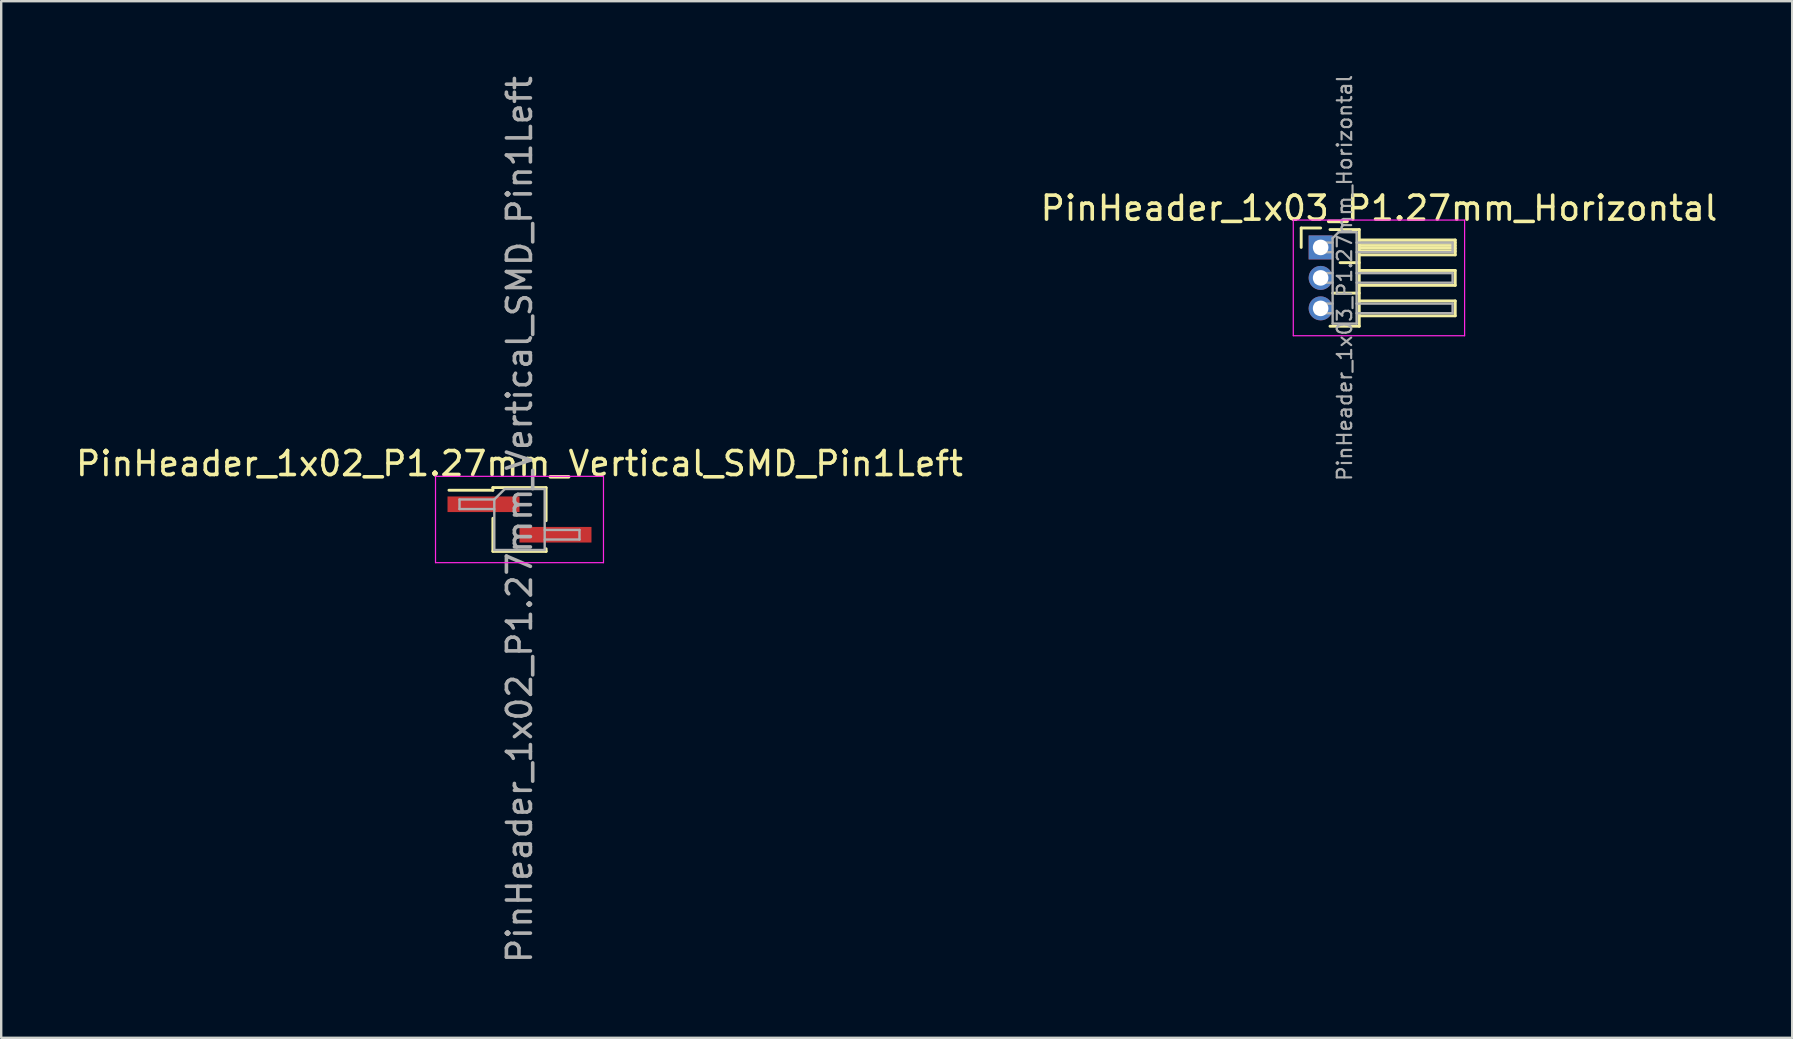
<source format=kicad_pcb>
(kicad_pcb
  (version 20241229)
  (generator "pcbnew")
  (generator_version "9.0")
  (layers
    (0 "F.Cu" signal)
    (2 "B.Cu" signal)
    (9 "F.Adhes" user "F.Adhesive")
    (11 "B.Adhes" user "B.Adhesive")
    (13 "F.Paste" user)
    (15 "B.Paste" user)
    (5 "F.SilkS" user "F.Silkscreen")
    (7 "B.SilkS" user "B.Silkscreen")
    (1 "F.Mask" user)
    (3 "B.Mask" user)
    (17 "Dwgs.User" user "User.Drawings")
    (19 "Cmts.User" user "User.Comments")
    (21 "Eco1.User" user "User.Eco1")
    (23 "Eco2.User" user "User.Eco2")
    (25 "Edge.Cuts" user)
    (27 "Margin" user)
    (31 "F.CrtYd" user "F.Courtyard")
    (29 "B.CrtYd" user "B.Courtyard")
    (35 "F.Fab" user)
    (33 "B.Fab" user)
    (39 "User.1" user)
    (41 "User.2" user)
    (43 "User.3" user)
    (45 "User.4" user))
  (footprint "PinHeader_1x03_P1.27mm_Horizontal"
    (layer "F.Cu")
    (at 51.99 7.262)
    (property "Reference" "PinHeader_1x03_P1.27mm_Horizontal" (at 2.433 -1.635 0) (layer "F.SilkS") (effects (font (size 1 1) (thickness 0.15))))
    (attr through_hole)
    (fp_line (start -0.81 -0.81) (end 0 -0.81) (stroke (width 0.12) (type solid)) (layer "F.SilkS"))
    (fp_line (start -0.81 0) (end -0.81 -0.81) (stroke (width 0.12) (type solid)) (layer "F.SilkS"))
    (fp_line (start 0.39 -0.745) (end 1.61 -0.745) (stroke (width 0.12) (type solid)) (layer "F.SilkS"))
    (fp_line (start 0.503 1.905) (end 1.61 1.905) (stroke (width 0.12) (type solid)) (layer "F.SilkS"))
    (fp_line (start 0.81 0.635) (end 1.61 0.635) (stroke (width 0.12) (type solid)) (layer "F.SilkS"))
    (fp_line (start 1.61 -0.745) (end 1.61 3.285) (stroke (width 0.12) (type solid)) (layer "F.SilkS"))
    (fp_line (start 1.61 -0.31) (end 5.61 -0.31) (stroke (width 0.12) (type solid)) (layer "F.SilkS"))
    (fp_line (start 1.61 -0.2) (end 5.61 -0.2) (stroke (width 0.12) (type solid)) (layer "F.SilkS"))
    (fp_line (start 1.61 -0.08) (end 5.61 -0.08) (stroke (width 0.12) (type solid)) (layer "F.SilkS"))
    (fp_line (start 1.61 0.04) (end 5.61 0.04) (stroke (width 0.12) (type solid)) (layer "F.SilkS"))
    (fp_line (start 1.61 0.16) (end 5.61 0.16) (stroke (width 0.12) (type solid)) (layer "F.SilkS"))
    (fp_line (start 1.61 0.96) (end 5.61 0.96) (stroke (width 0.12) (type solid)) (layer "F.SilkS"))
    (fp_line (start 1.61 2.23) (end 5.61 2.23) (stroke (width 0.12) (type solid)) (layer "F.SilkS"))
    (fp_line (start 1.61 3.285) (end 0.39 3.285) (stroke (width 0.12) (type solid)) (layer "F.SilkS"))
    (fp_line (start 5.61 -0.31) (end 5.61 0.31) (stroke (width 0.12) (type solid)) (layer "F.SilkS"))
    (fp_line (start 5.61 0.31) (end 1.61 0.31) (stroke (width 0.12) (type solid)) (layer "F.SilkS"))
    (fp_line (start 5.61 0.96) (end 5.61 1.58) (stroke (width 0.12) (type solid)) (layer "F.SilkS"))
    (fp_line (start 5.61 1.58) (end 1.61 1.58) (stroke (width 0.12) (type solid)) (layer "F.SilkS"))
    (fp_line (start 5.61 2.23) (end 5.61 2.85) (stroke (width 0.12) (type solid)) (layer "F.SilkS"))
    (fp_line (start 5.61 2.85) (end 1.61 2.85) (stroke (width 0.12) (type solid)) (layer "F.SilkS"))
    (fp_line (start -1.14 -1.14) (end -1.14 3.68) (stroke (width 0.05) (type solid)) (layer "F.CrtYd"))
    (fp_line (start -1.14 3.68) (end 6 3.68) (stroke (width 0.05) (type solid)) (layer "F.CrtYd"))
    (fp_line (start 6 -1.14) (end -1.14 -1.14) (stroke (width 0.05) (type solid)) (layer "F.CrtYd"))
    (fp_line (start 6 3.68) (end 6 -1.14) (stroke (width 0.05) (type solid)) (layer "F.CrtYd"))
    (fp_line (start -0.2 -0.2) (end -0.2 0.2) (stroke (width 0.1) (type solid)) (layer "F.Fab"))
    (fp_line (start -0.2 -0.2) (end 0.5 -0.2) (stroke (width 0.1) (type solid)) (layer "F.Fab"))
    (fp_line (start -0.2 0.2) (end 0.5 0.2) (stroke (width 0.1) (type solid)) (layer "F.Fab"))
    (fp_line (start -0.2 1.07) (end -0.2 1.47) (stroke (width 0.1) (type solid)) (layer "F.Fab"))
    (fp_line (start -0.2 1.07) (end 0.5 1.07) (stroke (width 0.1) (type solid)) (layer "F.Fab"))
    (fp_line (start -0.2 1.47) (end 0.5 1.47) (stroke (width 0.1) (type solid)) (layer "F.Fab"))
    (fp_line (start -0.2 2.34) (end -0.2 2.74) (stroke (width 0.1) (type solid)) (layer "F.Fab"))
    (fp_line (start -0.2 2.34) (end 0.5 2.34) (stroke (width 0.1) (type solid)) (layer "F.Fab"))
    (fp_line (start -0.2 2.74) (end 0.5 2.74) (stroke (width 0.1) (type solid)) (layer "F.Fab"))
    (fp_line (start 0.5 -0.385) (end 0.75 -0.635) (stroke (width 0.1) (type solid)) (layer "F.Fab"))
    (fp_line (start 0.5 3.175) (end 0.5 -0.385) (stroke (width 0.1) (type solid)) (layer "F.Fab"))
    (fp_line (start 0.75 -0.635) (end 1.5 -0.635) (stroke (width 0.1) (type solid)) (layer "F.Fab"))
    (fp_line (start 1.5 -0.635) (end 1.5 3.175) (stroke (width 0.1) (type solid)) (layer "F.Fab"))
    (fp_line (start 1.5 -0.2) (end 5.5 -0.2) (stroke (width 0.1) (type solid)) (layer "F.Fab"))
    (fp_line (start 1.5 0.2) (end 5.5 0.2) (stroke (width 0.1) (type solid)) (layer "F.Fab"))
    (fp_line (start 1.5 1.07) (end 5.5 1.07) (stroke (width 0.1) (type solid)) (layer "F.Fab"))
    (fp_line (start 1.5 1.47) (end 5.5 1.47) (stroke (width 0.1) (type solid)) (layer "F.Fab"))
    (fp_line (start 1.5 2.34) (end 5.5 2.34) (stroke (width 0.1) (type solid)) (layer "F.Fab"))
    (fp_line (start 1.5 2.74) (end 5.5 2.74) (stroke (width 0.1) (type solid)) (layer "F.Fab"))
    (fp_line (start 1.5 3.175) (end 0.5 3.175) (stroke (width 0.1) (type solid)) (layer "F.Fab"))
    (fp_line (start 5.5 -0.2) (end 5.5 0.2) (stroke (width 0.1) (type solid)) (layer "F.Fab"))
    (fp_line (start 5.5 1.07) (end 5.5 1.47) (stroke (width 0.1) (type solid)) (layer "F.Fab"))
    (fp_line (start 5.5 2.34) (end 5.5 2.74) (stroke (width 0.1) (type solid)) (layer "F.Fab"))
    (fp_text user "${REFERENCE}" (at 1 1.27 90) (layer "F.Fab") (effects (font (size 0.6 0.6) (thickness 0.09))))
    (pad "1" thru_hole rect (at 0 0) (size 1 1) (drill 0.65) (layers "*.Cu" "*.Mask"))
    (pad "2" thru_hole circle (at 0 1.27) (size 1 1) (drill 0.65) (layers "*.Cu" "*.Mask"))
    (pad "3" thru_hole circle (at 0 2.54) (size 1 1) (drill 0.65) (layers "*.Cu" "*.Mask")))
  (footprint "PinHeader_1x02_P1.27mm_Vertical_SMD_Pin1Left"
    (layer "F.Cu")
    (at 18.601 18.601)
    (property "Reference" "PinHeader_1x02_P1.27mm_Vertical_SMD_Pin1Left" (at 0 -2.33 0) (layer "F.SilkS") (effects (font (size 1 1) (thickness 0.15))))
    (attr smd)
    (fp_line (start -1.11 -1.33) (end -1.11 -1.22) (stroke (width 0.12) (type solid)) (layer "F.SilkS"))
    (fp_line (start -1.11 -1.33) (end 1.11 -1.33) (stroke (width 0.12) (type solid)) (layer "F.SilkS"))
    (fp_line (start -1.11 -1.22) (end -2.94 -1.22) (stroke (width 0.12) (type solid)) (layer "F.SilkS"))
    (fp_line (start -1.11 -0.05) (end -1.11 1.32) (stroke (width 0.12) (type solid)) (layer "F.SilkS"))
    (fp_line (start -1.11 1.33) (end 1.11 1.33) (stroke (width 0.12) (type solid)) (layer "F.SilkS"))
    (fp_line (start 1.11 -1.32) (end 1.11 0.05) (stroke (width 0.12) (type solid)) (layer "F.SilkS"))
    (fp_line (start 1.11 1.22) (end 1.11 1.33) (stroke (width 0.12) (type solid)) (layer "F.SilkS"))
    (fp_line (start -3.5 -1.8) (end -3.5 1.8) (stroke (width 0.05) (type solid)) (layer "F.CrtYd"))
    (fp_line (start -3.5 1.8) (end 3.5 1.8) (stroke (width 0.05) (type solid)) (layer "F.CrtYd"))
    (fp_line (start 3.5 -1.8) (end -3.5 -1.8) (stroke (width 0.05) (type solid)) (layer "F.CrtYd"))
    (fp_line (start 3.5 1.8) (end 3.5 -1.8) (stroke (width 0.05) (type solid)) (layer "F.CrtYd"))
    (fp_line (start -2.5 -0.835) (end -2.5 -0.435) (stroke (width 0.1) (type solid)) (layer "F.Fab"))
    (fp_line (start -2.5 -0.435) (end -1.05 -0.435) (stroke (width 0.1) (type solid)) (layer "F.Fab"))
    (fp_line (start -1.05 -0.835) (end -2.5 -0.835) (stroke (width 0.1) (type solid)) (layer "F.Fab"))
    (fp_line (start -1.05 -0.835) (end -0.615 -1.27) (stroke (width 0.1) (type solid)) (layer "F.Fab"))
    (fp_line (start -1.05 1.27) (end -1.05 -0.835) (stroke (width 0.1) (type solid)) (layer "F.Fab"))
    (fp_line (start -0.615 -1.27) (end 1.05 -1.27) (stroke (width 0.1) (type solid)) (layer "F.Fab"))
    (fp_line (start 1.05 -1.27) (end 1.05 1.27) (stroke (width 0.1) (type solid)) (layer "F.Fab"))
    (fp_line (start 1.05 0.435) (end 2.5 0.435) (stroke (width 0.1) (type solid)) (layer "F.Fab"))
    (fp_line (start 1.05 1.27) (end -1.05 1.27) (stroke (width 0.1) (type solid)) (layer "F.Fab"))
    (fp_line (start 2.5 0.435) (end 2.5 0.835) (stroke (width 0.1) (type solid)) (layer "F.Fab"))
    (fp_line (start 2.5 0.835) (end 1.05 0.835) (stroke (width 0.1) (type solid)) (layer "F.Fab"))
    (fp_text user "${REFERENCE}" (at 0 0 90) (layer "F.Fab") (effects (font (size 1 1) (thickness 0.15))))
    (pad "1" smd rect (at -1.5 -0.635) (size 3 0.65) (layers "F.Cu" "F.Mask" "F.Paste"))
    (pad "2" smd rect (at 1.5 0.635) (size 3 0.65) (layers "F.Cu" "F.Mask" "F.Paste")))
  (gr_rect
    (start -3 -3)
    (end 71.643 40.202)
    (stroke (width 0.1) (type default))
    (fill no)
    (layer "Edge.Cuts")))
</source>
